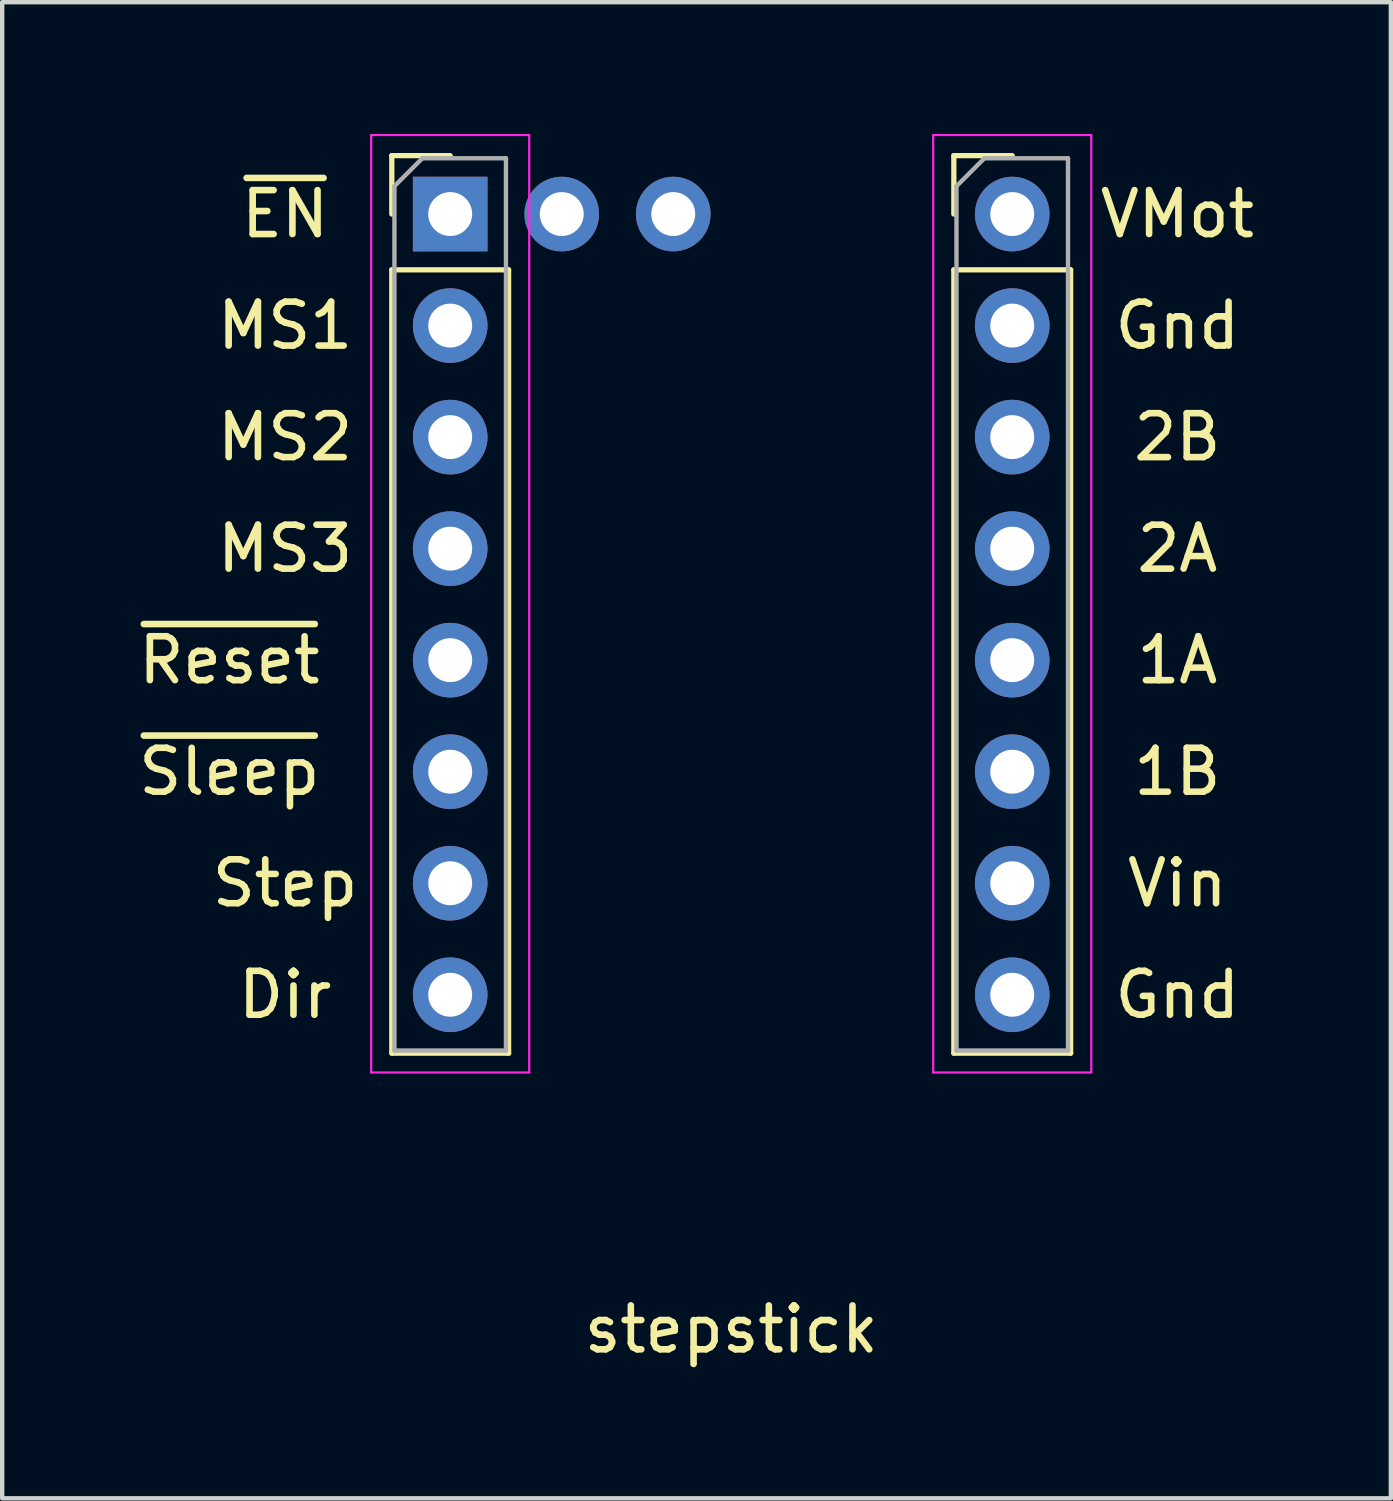
<source format=kicad_pcb>
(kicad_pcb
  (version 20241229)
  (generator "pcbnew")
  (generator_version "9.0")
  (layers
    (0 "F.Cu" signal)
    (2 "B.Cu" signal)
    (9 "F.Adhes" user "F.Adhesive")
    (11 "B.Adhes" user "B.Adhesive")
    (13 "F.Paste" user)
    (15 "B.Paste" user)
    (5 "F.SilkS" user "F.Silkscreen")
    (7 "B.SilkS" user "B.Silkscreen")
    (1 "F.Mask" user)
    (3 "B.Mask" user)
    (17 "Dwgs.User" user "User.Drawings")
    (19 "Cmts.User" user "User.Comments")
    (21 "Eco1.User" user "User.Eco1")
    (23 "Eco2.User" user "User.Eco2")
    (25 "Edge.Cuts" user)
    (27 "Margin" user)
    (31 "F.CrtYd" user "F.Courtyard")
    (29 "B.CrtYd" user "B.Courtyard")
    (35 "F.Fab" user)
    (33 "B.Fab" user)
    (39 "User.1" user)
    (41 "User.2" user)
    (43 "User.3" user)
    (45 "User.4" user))
  (footprint "stepstick"
    (layer "F.Cu")
    (at 13.603 10.715)
    (property "Reference" "stepstick" (at 0 16.51 0) (layer "F.SilkS") (effects (font (size 1 1) (thickness 0.15))))
    (attr through_hole)
    (fp_line (start -7.73 -10.22) (end -6.4 -10.22) (stroke (width 0.12) (type solid)) (layer "F.SilkS"))
    (fp_line (start -7.73 -8.89) (end -7.73 -10.22) (stroke (width 0.12) (type solid)) (layer "F.SilkS"))
    (fp_line (start -7.73 -7.62) (end -7.73 10.22) (stroke (width 0.12) (type solid)) (layer "F.SilkS"))
    (fp_line (start -7.73 -7.62) (end -5.07 -7.62) (stroke (width 0.12) (type solid)) (layer "F.SilkS"))
    (fp_line (start -7.73 10.22) (end -5.07 10.22) (stroke (width 0.12) (type solid)) (layer "F.SilkS"))
    (fp_line (start -5.07 -7.62) (end -5.07 10.22) (stroke (width 0.12) (type solid)) (layer "F.SilkS"))
    (fp_line (start 5.07 -10.22) (end 6.4 -10.22) (stroke (width 0.12) (type solid)) (layer "F.SilkS"))
    (fp_line (start 5.07 -8.89) (end 5.07 -10.22) (stroke (width 0.12) (type solid)) (layer "F.SilkS"))
    (fp_line (start 5.07 -7.62) (end 5.07 10.22) (stroke (width 0.12) (type solid)) (layer "F.SilkS"))
    (fp_line (start 5.07 -7.62) (end 7.73 -7.62) (stroke (width 0.12) (type solid)) (layer "F.SilkS"))
    (fp_line (start 5.07 10.22) (end 7.73 10.22) (stroke (width 0.12) (type solid)) (layer "F.SilkS"))
    (fp_line (start 7.73 -7.62) (end 7.73 10.22) (stroke (width 0.12) (type solid)) (layer "F.SilkS"))
    (fp_line (start -8.2 -10.69) (end -8.2 10.66) (stroke (width 0.05) (type solid)) (layer "F.CrtYd"))
    (fp_line (start -8.2 10.66) (end -4.6 10.66) (stroke (width 0.05) (type solid)) (layer "F.CrtYd"))
    (fp_line (start -4.6 -10.69) (end -8.2 -10.69) (stroke (width 0.05) (type solid)) (layer "F.CrtYd"))
    (fp_line (start -4.6 10.66) (end -4.6 -10.69) (stroke (width 0.05) (type solid)) (layer "F.CrtYd"))
    (fp_line (start 4.6 -10.69) (end 4.6 10.66) (stroke (width 0.05) (type solid)) (layer "F.CrtYd"))
    (fp_line (start 4.6 10.66) (end 8.2 10.66) (stroke (width 0.05) (type solid)) (layer "F.CrtYd"))
    (fp_line (start 8.2 -10.69) (end 4.6 -10.69) (stroke (width 0.05) (type solid)) (layer "F.CrtYd"))
    (fp_line (start 8.2 10.66) (end 8.2 -10.69) (stroke (width 0.05) (type solid)) (layer "F.CrtYd"))
    (fp_line (start -7.67 -9.525) (end -7.035 -10.16) (stroke (width 0.1) (type solid)) (layer "F.Fab"))
    (fp_line (start -7.67 10.16) (end -7.67 -9.525) (stroke (width 0.1) (type solid)) (layer "F.Fab"))
    (fp_line (start -7.035 -10.16) (end -5.13 -10.16) (stroke (width 0.1) (type solid)) (layer "F.Fab"))
    (fp_line (start -5.13 -10.16) (end -5.13 10.16) (stroke (width 0.1) (type solid)) (layer "F.Fab"))
    (fp_line (start -5.13 10.16) (end -7.67 10.16) (stroke (width 0.1) (type solid)) (layer "F.Fab"))
    (fp_line (start 5.13 -9.525) (end 5.765 -10.16) (stroke (width 0.1) (type solid)) (layer "F.Fab"))
    (fp_line (start 5.13 10.16) (end 5.13 -9.525) (stroke (width 0.1) (type solid)) (layer "F.Fab"))
    (fp_line (start 5.765 -10.16) (end 7.67 -10.16) (stroke (width 0.1) (type solid)) (layer "F.Fab"))
    (fp_line (start 7.67 -10.16) (end 7.67 10.16) (stroke (width 0.1) (type solid)) (layer "F.Fab"))
    (fp_line (start 7.67 10.16) (end 5.13 10.16) (stroke (width 0.1) (type solid)) (layer "F.Fab"))
    (fp_text user "MS1" (at -10.16 -6.35 0) (layer "F.SilkS") (effects (font (size 1 1) (thickness 0.15))))
    (fp_text user "Gnd" (at 10.16 -6.35 0) (layer "F.SilkS") (effects (font (size 1 1) (thickness 0.15))))
    (fp_text user "MS3" (at -10.16 -1.27 0) (layer "F.SilkS") (effects (font (size 1 1) (thickness 0.15))))
    (fp_text user "Vin" (at 10.16 6.35 0) (layer "F.SilkS") (effects (font (size 1 1) (thickness 0.15))))
    (fp_text user "2B" (at 10.16 -3.81 0) (layer "F.SilkS") (effects (font (size 1 1) (thickness 0.15))))
    (fp_text user "Gnd" (at 10.16 8.89 0) (layer "F.SilkS") (effects (font (size 1 1) (thickness 0.15))))
    (fp_text user "1A" (at 10.16 1.27 0) (layer "F.SilkS") (effects (font (size 1 1) (thickness 0.15))))
    (fp_text user "1B" (at 10.16 3.81 0) (layer "F.SilkS") (effects (font (size 1 1) (thickness 0.15))))
    (fp_text user "~{EN}" (at -10.16 -8.89 0) (layer "F.SilkS") (effects (font (size 1 1) (thickness 0.15))))
    (fp_text user "VMot" (at 10.16 -8.89 0) (layer "F.SilkS") (effects (font (size 1 1) (thickness 0.15))))
    (fp_text user "~{Reset}" (at -11.43 1.27 0) (layer "F.SilkS") (effects (font (size 1 1) (thickness 0.15))))
    (fp_text user "MS2" (at -10.16 -3.81 0) (layer "F.SilkS") (effects (font (size 1 1) (thickness 0.15))))
    (fp_text user "Dir" (at -10.16 8.89 0) (layer "F.SilkS") (effects (font (size 1 1) (thickness 0.15))))
    (fp_text user "2A" (at 10.16 -1.27 0) (layer "F.SilkS") (effects (font (size 1 1) (thickness 0.15))))
    (fp_text user "Step" (at -10.16 6.35 0) (layer "F.SilkS") (effects (font (size 1 1) (thickness 0.15))))
    (fp_text user "~{Sleep}" (at -11.43 3.81 0) (layer "F.SilkS") (effects (font (size 1 1) (thickness 0.15))))
    (pad "1" thru_hole rect (at -6.4 -8.89) (size 1.7 1.7) (drill 1) (layers "*.Cu" "*.Mask"))
    (pad "2" thru_hole oval (at -6.4 -6.35) (size 1.7 1.7) (drill 1) (layers "*.Cu" "*.Mask"))
    (pad "3" thru_hole oval (at -6.4 -3.81) (size 1.7 1.7) (drill 1) (layers "*.Cu" "*.Mask"))
    (pad "4" thru_hole oval (at -6.4 -1.27) (size 1.7 1.7) (drill 1) (layers "*.Cu" "*.Mask"))
    (pad "5" thru_hole oval (at -6.4 1.27) (size 1.7 1.7) (drill 1) (layers "*.Cu" "*.Mask"))
    (pad "6" thru_hole oval (at -6.4 3.81) (size 1.7 1.7) (drill 1) (layers "*.Cu" "*.Mask"))
    (pad "7" thru_hole oval (at -6.4 6.35) (size 1.7 1.7) (drill 1) (layers "*.Cu" "*.Mask"))
    (pad "8" thru_hole oval (at -6.4 8.89) (size 1.7 1.7) (drill 1) (layers "*.Cu" "*.Mask"))
    (pad "9" thru_hole circle (at 6.4 -8.89) (size 1.7 1.7) (drill 1) (layers "*.Cu" "*.Mask"))
    (pad "10" thru_hole oval (at 6.4 -6.35) (size 1.7 1.7) (drill 1) (layers "*.Cu" "*.Mask"))
    (pad "11" thru_hole oval (at 6.4 -3.81) (size 1.7 1.7) (drill 1) (layers "*.Cu" "*.Mask"))
    (pad "12" thru_hole oval (at 6.4 -1.27) (size 1.7 1.7) (drill 1) (layers "*.Cu" "*.Mask"))
    (pad "13" thru_hole oval (at 6.4 1.27) (size 1.7 1.7) (drill 1) (layers "*.Cu" "*.Mask"))
    (pad "14" thru_hole oval (at 6.4 3.81) (size 1.7 1.7) (drill 1) (layers "*.Cu" "*.Mask"))
    (pad "15" thru_hole oval (at 6.4 6.35) (size 1.7 1.7) (drill 1) (layers "*.Cu" "*.Mask"))
    (pad "16" thru_hole oval (at 6.4 8.89) (size 1.7 1.7) (drill 1) (layers "*.Cu" "*.Mask"))
    (pad "17" thru_hole oval (at -3.86 -8.89) (size 1.7 1.7) (drill 1) (layers "*.Cu" "*.Mask"))
    (pad "18" thru_hole oval (at -1.32 -8.89) (size 1.7 1.7) (drill 1) (layers "*.Cu" "*.Mask")))
  (gr_rect
    (start -3 -3)
    (end 28.626 31.073)
    (stroke (width 0.1) (type default))
    (fill no)
    (layer "Edge.Cuts")))
</source>
